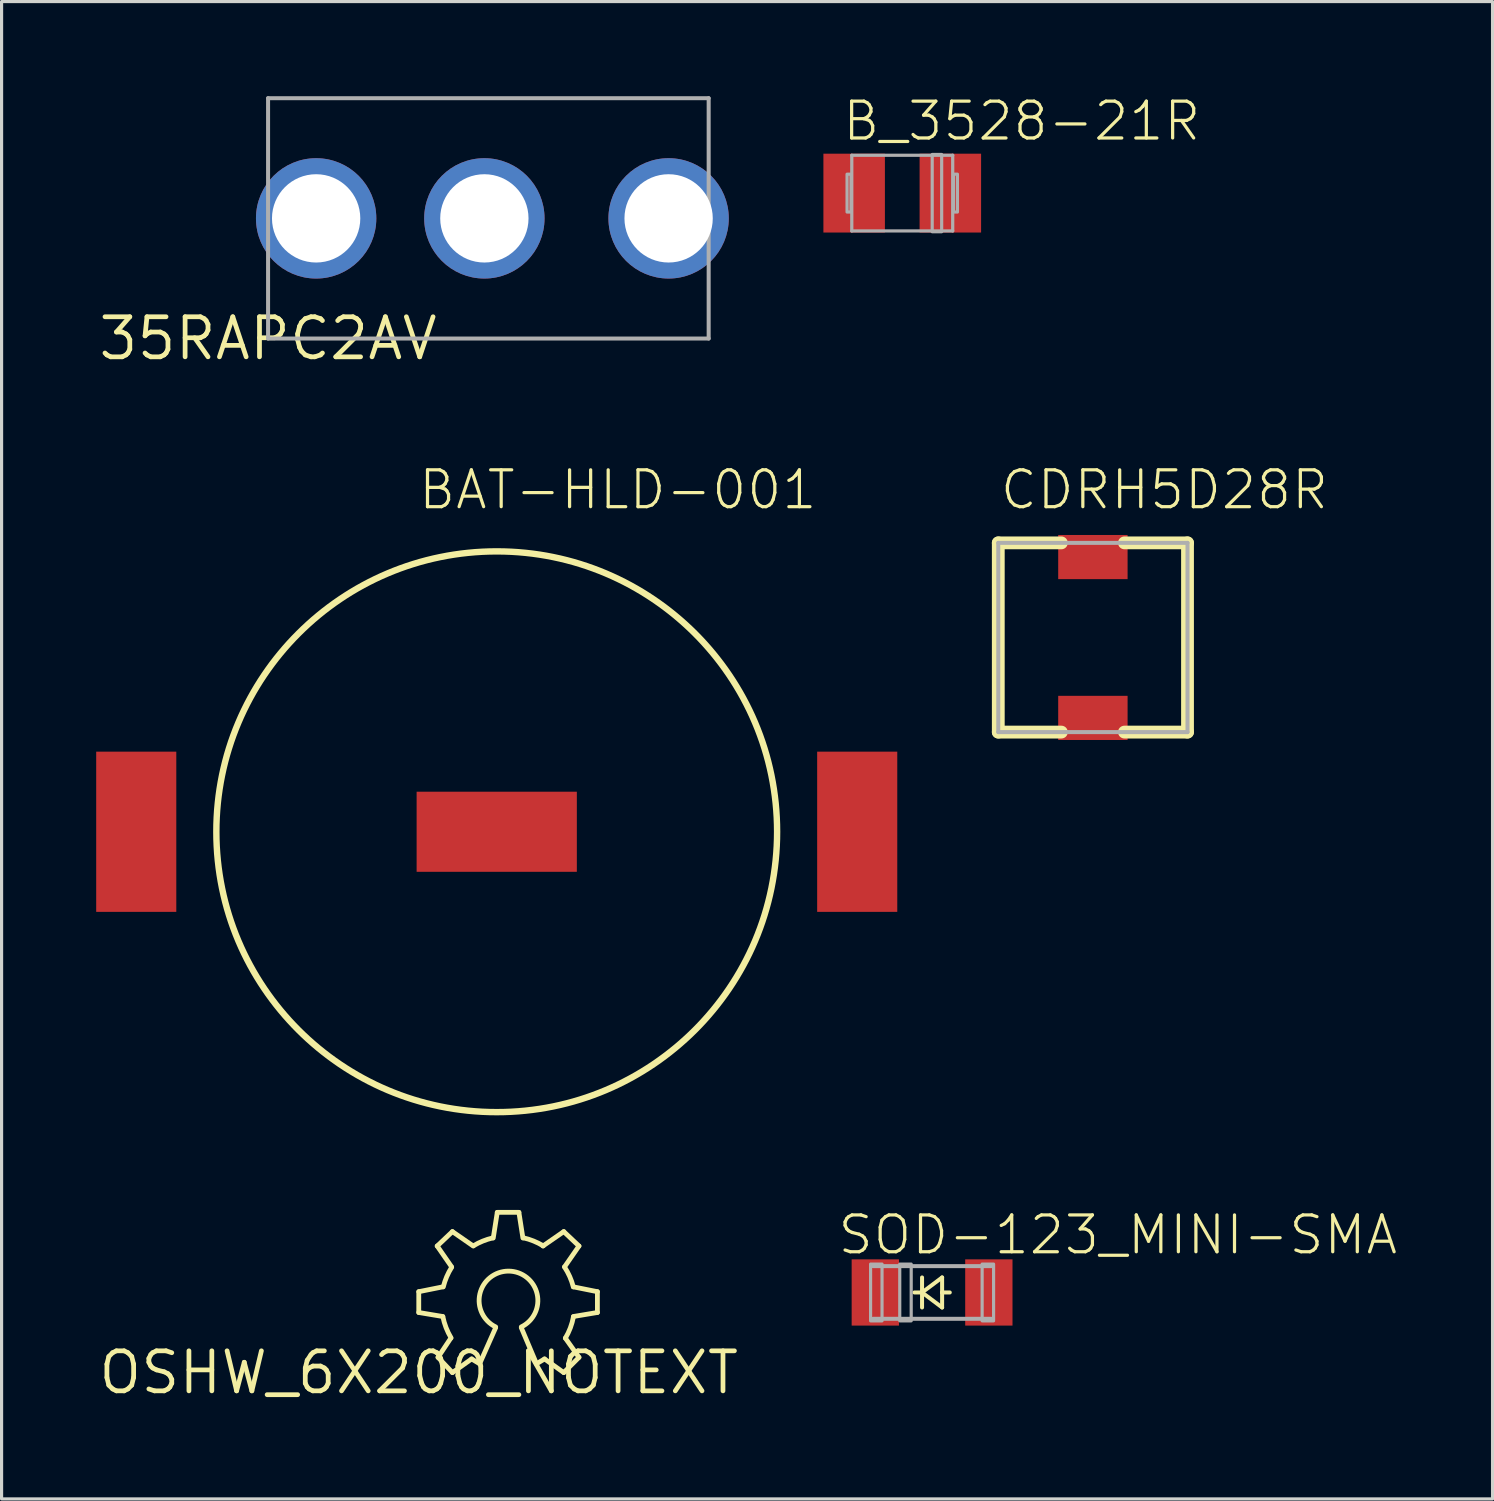
<source format=kicad_pcb>
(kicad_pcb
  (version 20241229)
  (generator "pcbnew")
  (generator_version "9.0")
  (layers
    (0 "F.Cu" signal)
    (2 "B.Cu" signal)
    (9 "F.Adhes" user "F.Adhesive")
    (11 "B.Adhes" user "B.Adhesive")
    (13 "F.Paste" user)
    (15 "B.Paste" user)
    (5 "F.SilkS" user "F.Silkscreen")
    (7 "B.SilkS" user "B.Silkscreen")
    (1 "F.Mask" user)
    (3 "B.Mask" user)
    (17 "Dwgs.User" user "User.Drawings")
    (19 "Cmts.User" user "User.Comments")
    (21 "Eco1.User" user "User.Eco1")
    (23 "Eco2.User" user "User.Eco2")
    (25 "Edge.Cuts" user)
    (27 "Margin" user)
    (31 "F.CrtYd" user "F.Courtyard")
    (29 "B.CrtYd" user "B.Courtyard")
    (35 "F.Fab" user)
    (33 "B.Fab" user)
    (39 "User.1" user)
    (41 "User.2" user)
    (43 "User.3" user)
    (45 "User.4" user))
  (footprint "CDRH5D28R"
    (layer "F.Cu")
    (at 31.603 17.163)
    (property "Reference" "CDRH5D28R" (at -3 -4 0) (layer "F.SilkS") (effects (font (size 1.168 1.168) (thickness 0.102)) (justify left bottom)))
    (fp_line (start -3 -3) (end -3 3) (stroke (width 0.406) (type solid)) (layer "F.SilkS"))
    (fp_line (start -3 3) (end -1 3) (stroke (width 0.406) (type solid)) (layer "F.SilkS"))
    (fp_line (start -1 -3) (end -3 -3) (stroke (width 0.406) (type solid)) (layer "F.SilkS"))
    (fp_line (start 1 3) (end 3 3) (stroke (width 0.406) (type solid)) (layer "F.SilkS"))
    (fp_line (start 3 -3) (end 1 -3) (stroke (width 0.406) (type solid)) (layer "F.SilkS"))
    (fp_line (start 3 3) (end 3 -3) (stroke (width 0.406) (type solid)) (layer "F.SilkS"))
    (fp_line (start -3 -3) (end -3 3) (stroke (width 0.127) (type solid)) (layer "F.Fab"))
    (fp_line (start -3 3) (end 3 3) (stroke (width 0.127) (type solid)) (layer "F.Fab"))
    (fp_line (start 3 -3) (end -3 -3) (stroke (width 0.127) (type solid)) (layer "F.Fab"))
    (fp_line (start 3 3) (end 3 -3) (stroke (width 0.127) (type solid)) (layer "F.Fab"))
    (pad "P$1" smd rect (at 0 -2.55) (size 2.2 1.4) (layers "F.Cu" "F.Mask" "F.Paste"))
    (pad "P$2" smd rect (at 0 2.55) (size 2.2 1.4) (layers "F.Cu" "F.Mask" "F.Paste")))
  (footprint "B_3528-21R"
    (layer "F.Cu")
    (at 25.558 3.073)
    (property "Reference" "B_3528-21R" (at -1.95 -1.6 0) (layer "F.SilkS") (effects (font (size 1.168 1.168) (thickness 0.102)) (justify left bottom)))
    (fp_line (start -1.6 -1.2) (end 1.6 -1.2) (stroke (width 0.102) (type solid)) (layer "F.Fab"))
    (fp_line (start -1.6 1.2) (end -1.6 -1.2) (stroke (width 0.102) (type solid)) (layer "F.Fab"))
    (fp_line (start 1.6 -1.2) (end 1.6 1.2) (stroke (width 0.102) (type solid)) (layer "F.Fab"))
    (fp_line (start 1.6 1.2) (end -1.6 1.2) (stroke (width 0.102) (type solid)) (layer "F.Fab"))
    (fp_poly (pts (xy -1.75 0.6) (xy -1.625 0.6) (xy -1.625 -0.6) (xy -1.75 -0.6)) (stroke (width 0.1) (type solid)) (fill no) (layer "F.Fab"))
    (fp_poly (pts (xy 0.95 1.225) (xy 1.25 1.225) (xy 1.25 -1.225) (xy 0.95 -1.225)) (stroke (width 0.1) (type solid)) (fill no) (layer "F.Fab"))
    (fp_poly (pts (xy 1.625 0.6) (xy 1.75 0.6) (xy 1.75 -0.6) (xy 1.625 -0.6)) (stroke (width 0.1) (type solid)) (fill no) (layer "F.Fab"))
    (pad "+" smd rect (at 1.525 0) (size 1.95 2.5) (layers "F.Cu" "F.Mask" "F.Paste"))
    (pad "-" smd rect (at -1.525 0) (size 1.95 2.5) (layers "F.Cu" "F.Mask" "F.Paste")))
  (footprint "SOD-123_MINI-SMA"
    (layer "F.Cu")
    (at 26.504 37.931)
    (property "Reference" "SOD-123_MINI-SMA" (at -3.048 -1.143 0) (layer "F.SilkS") (effects (font (size 1.168 1.168) (thickness 0.102)) (justify left bottom)))
    (fp_line (start -0.318 0) (end -0.561 0) (stroke (width 0.127) (type solid)) (layer "F.SilkS"))
    (fp_line (start -0.318 0) (end -0.318 -0.476) (stroke (width 0.127) (type solid)) (layer "F.SilkS"))
    (fp_line (start -0.318 0) (end -0.318 0.476) (stroke (width 0.127) (type solid)) (layer "F.SilkS"))
    (fp_line (start -0.318 0) (end 0.318 0.476) (stroke (width 0.127) (type solid)) (layer "F.SilkS"))
    (fp_line (start 0.318 -0.476) (end -0.318 0) (stroke (width 0.127) (type solid)) (layer "F.SilkS"))
    (fp_line (start 0.318 0) (end 0.318 -0.476) (stroke (width 0.127) (type solid)) (layer "F.SilkS"))
    (fp_line (start 0.318 0) (end 0.561 0) (stroke (width 0.127) (type solid)) (layer "F.SilkS"))
    (fp_line (start 0.318 0.476) (end 0.318 0) (stroke (width 0.127) (type solid)) (layer "F.SilkS"))
    (fp_line (start -1.873 -0.835) (end 1.873 -0.835) (stroke (width 0.127) (type solid)) (layer "F.Fab"))
    (fp_line (start -1.873 0.835) (end 1.873 0.835) (stroke (width 0.127) (type solid)) (layer "F.Fab"))
    (fp_poly (pts (xy -1.95 0.9) (xy -1.587 0.9) (xy -1.587 -0.9) (xy -1.95 -0.9)) (stroke (width 0.1) (type solid)) (fill no) (layer "F.Fab"))
    (fp_poly (pts (xy -1.025 0.9) (xy -0.662 0.9) (xy -0.662 -0.9) (xy -1.025 -0.9)) (stroke (width 0.1) (type solid)) (fill no) (layer "F.Fab"))
    (fp_poly (pts (xy 1.587 0.9) (xy 1.95 0.9) (xy 1.95 -0.9) (xy 1.587 -0.9)) (stroke (width 0.1) (type solid)) (fill no) (layer "F.Fab"))
    (pad "A" smd rect (at 1.8 0 180) (size 1.5 2.1) (layers "F.Cu" "F.Mask" "F.Paste"))
    (pad "C" smd rect (at -1.8 0 180) (size 1.5 2.1) (layers "F.Cu" "F.Mask" "F.Paste")))
  (footprint "BAT-HLD-001"
    (layer "F.Cu")
    (at 12.7 23.323)
    (property "Reference" "BAT-HLD-001" (at -2.54 -10.16 0) (layer "F.SilkS") (effects (font (size 1.168 1.168) (thickness 0.102)) (justify left bottom)))
    (fp_circle (center 0 0) (end 8.89 0) (stroke (width 0.203) (type solid)) (fill no) (layer "F.SilkS"))
    (pad "1" smd rect (at 0 0) (size 5.08 2.54) (layers "F.Cu" "F.Mask" "F.Paste"))
    (pad "2" smd rect (at -11.43 0 90) (size 5.08 2.54) (layers "F.Cu" "F.Mask" "F.Paste"))
    (pad "3" smd rect (at 11.43 0 90) (size 5.08 2.54) (layers "F.Cu" "F.Mask" "F.Paste")))
  (footprint "OSHW_6X200_NOTEXT"
    (layer "F.Cu")
    (at 10.228 40.471)
    (property "Reference" "OSHW_6X200_NOTEXT" (at 0 0 0) (layer "F.SilkS") (effects (font (size 1.27 1.27) (thickness 0.15))))
    (fp_line (start 0 -2.565) (end 0.762 -2.718) (stroke (width 0.152) (type solid)) (layer "F.SilkS"))
    (fp_line (start 0 -1.905) (end 0 -2.565) (stroke (width 0.152) (type solid)) (layer "F.SilkS"))
    (fp_line (start 0.584 -4.013) (end 1.067 -4.47) (stroke (width 0.152) (type solid)) (layer "F.SilkS"))
    (fp_line (start 0.61 -0.483) (end 1.016 -1.092) (stroke (width 0.152) (type solid)) (layer "F.SilkS"))
    (fp_line (start 0.762 -1.778) (end 0 -1.905) (stroke (width 0.152) (type solid)) (layer "F.SilkS"))
    (fp_line (start 1.041 -3.353) (end 0.584 -4.013) (stroke (width 0.152) (type solid)) (layer "F.SilkS"))
    (fp_line (start 1.067 -4.47) (end 1.727 -4.013) (stroke (width 0.152) (type solid)) (layer "F.SilkS"))
    (fp_line (start 1.067 0) (end 0.61 -0.483) (stroke (width 0.152) (type solid)) (layer "F.SilkS"))
    (fp_line (start 1.676 -0.432) (end 1.067 0) (stroke (width 0.152) (type solid)) (layer "F.SilkS"))
    (fp_line (start 1.93 -0.279) (end 1.676 -0.432) (stroke (width 0.152) (type solid)) (layer "F.SilkS"))
    (fp_line (start 2.362 -4.267) (end 2.489 -5.08) (stroke (width 0.152) (type solid)) (layer "F.SilkS"))
    (fp_line (start 2.438 -1.422) (end 1.93 -0.279) (stroke (width 0.152) (type solid)) (layer "F.SilkS"))
    (fp_line (start 2.489 -5.08) (end 3.175 -5.08) (stroke (width 0.152) (type solid)) (layer "F.SilkS"))
    (fp_line (start 3.175 -5.08) (end 3.302 -4.267) (stroke (width 0.152) (type solid)) (layer "F.SilkS"))
    (fp_line (start 3.734 -0.279) (end 3.251 -1.422) (stroke (width 0.152) (type solid)) (layer "F.SilkS"))
    (fp_line (start 3.937 -4.013) (end 4.597 -4.47) (stroke (width 0.152) (type solid)) (layer "F.SilkS"))
    (fp_line (start 3.988 -0.432) (end 3.734 -0.279) (stroke (width 0.152) (type solid)) (layer "F.SilkS"))
    (fp_line (start 4.597 -4.47) (end 5.08 -4.013) (stroke (width 0.152) (type solid)) (layer "F.SilkS"))
    (fp_line (start 4.597 0) (end 3.988 -0.432) (stroke (width 0.152) (type solid)) (layer "F.SilkS"))
    (fp_line (start 4.648 -1.092) (end 5.08 -0.483) (stroke (width 0.152) (type solid)) (layer "F.SilkS"))
    (fp_line (start 4.902 -2.718) (end 5.664 -2.565) (stroke (width 0.152) (type solid)) (layer "F.SilkS"))
    (fp_line (start 5.08 -4.013) (end 4.623 -3.353) (stroke (width 0.152) (type solid)) (layer "F.SilkS"))
    (fp_line (start 5.08 -0.483) (end 4.597 0) (stroke (width 0.152) (type solid)) (layer "F.SilkS"))
    (fp_line (start 5.664 -2.565) (end 5.664 -1.905) (stroke (width 0.152) (type solid)) (layer "F.SilkS"))
    (fp_line (start 5.664 -1.905) (end 4.902 -1.778) (stroke (width 0.152) (type solid)) (layer "F.SilkS"))
    (fp_arc (start 0.7779 -2.7179) (mid 0.885744 -3.039218) (end 1.0435 -3.3392) (stroke (width 0.1524) (type solid)) (layer "F.SilkS"))
    (fp_arc (start 1.0245 -1.1004) (mid 0.865117 -1.425978) (end 0.7637 -1.774) (stroke (width 0.1524) (type solid)) (layer "F.SilkS"))
    (fp_arc (start 1.736 -4.0223) (mid 2.029987 -4.16927) (end 2.3432 -4.2689) (stroke (width 0.1524) (type solid)) (layer "F.SilkS"))
    (fp_arc (start 2.4384 -1.4478) (mid 2.8448 -3.217524) (end 3.251199 -1.4478) (stroke (width 0.1524) (type solid)) (layer "F.SilkS"))
    (fp_arc (start 3.3155 -4.2736) (mid 3.64128 -4.170999) (end 3.9464 -4.0175) (stroke (width 0.1524) (type solid)) (layer "F.SilkS"))
    (fp_arc (start 4.6199 -3.3487) (mid 4.786428 -3.045111) (end 4.8997 -2.7179) (stroke (width 0.1524) (type solid)) (layer "F.SilkS"))
    (fp_arc (start 4.9045 -1.7692) (mid 4.806636 -1.418653) (end 4.6484 -1.0909) (stroke (width 0.1524) (type solid)) (layer "F.SilkS")))
  (footprint "35RAPC2AV"
    (layer "F.Cu")
    (at 5.45 7.684)
    (property "Reference" "35RAPC2AV" (at 0 0 0) (layer "F.SilkS") (effects (font (size 1.27 1.27) (thickness 0.15))))
    (fp_line (start 0 -7.62) (end 0 0) (stroke (width 0.127) (type solid)) (layer "F.Fab"))
    (fp_line (start 0 0) (end 13.97 0) (stroke (width 0.127) (type solid)) (layer "F.Fab"))
    (fp_line (start 13.97 -7.62) (end 0 -7.62) (stroke (width 0.127) (type solid)) (layer "F.Fab"))
    (fp_line (start 13.97 0) (end 13.97 -7.62) (stroke (width 0.127) (type solid)) (layer "F.Fab"))
    (pad "RING" thru_hole circle (at 1.524 -3.81 90) (size 3.816 3.816) (drill 2.8) (layers "*.Cu" "*.Mask"))
    (pad "SHUNT" thru_hole circle (at 12.7 -3.81 90) (size 3.816 3.816) (drill 2.8) (layers "*.Cu" "*.Mask"))
    (pad "TIP" thru_hole circle (at 6.858 -3.81 90) (size 3.816 3.816) (drill 2.8) (layers "*.Cu" "*.Mask")))
  (gr_rect
    (start -3 -3)
    (end 44.275 44.477)
    (stroke (width 0.1) (type default))
    (fill no)
    (layer "Edge.Cuts")))
</source>
